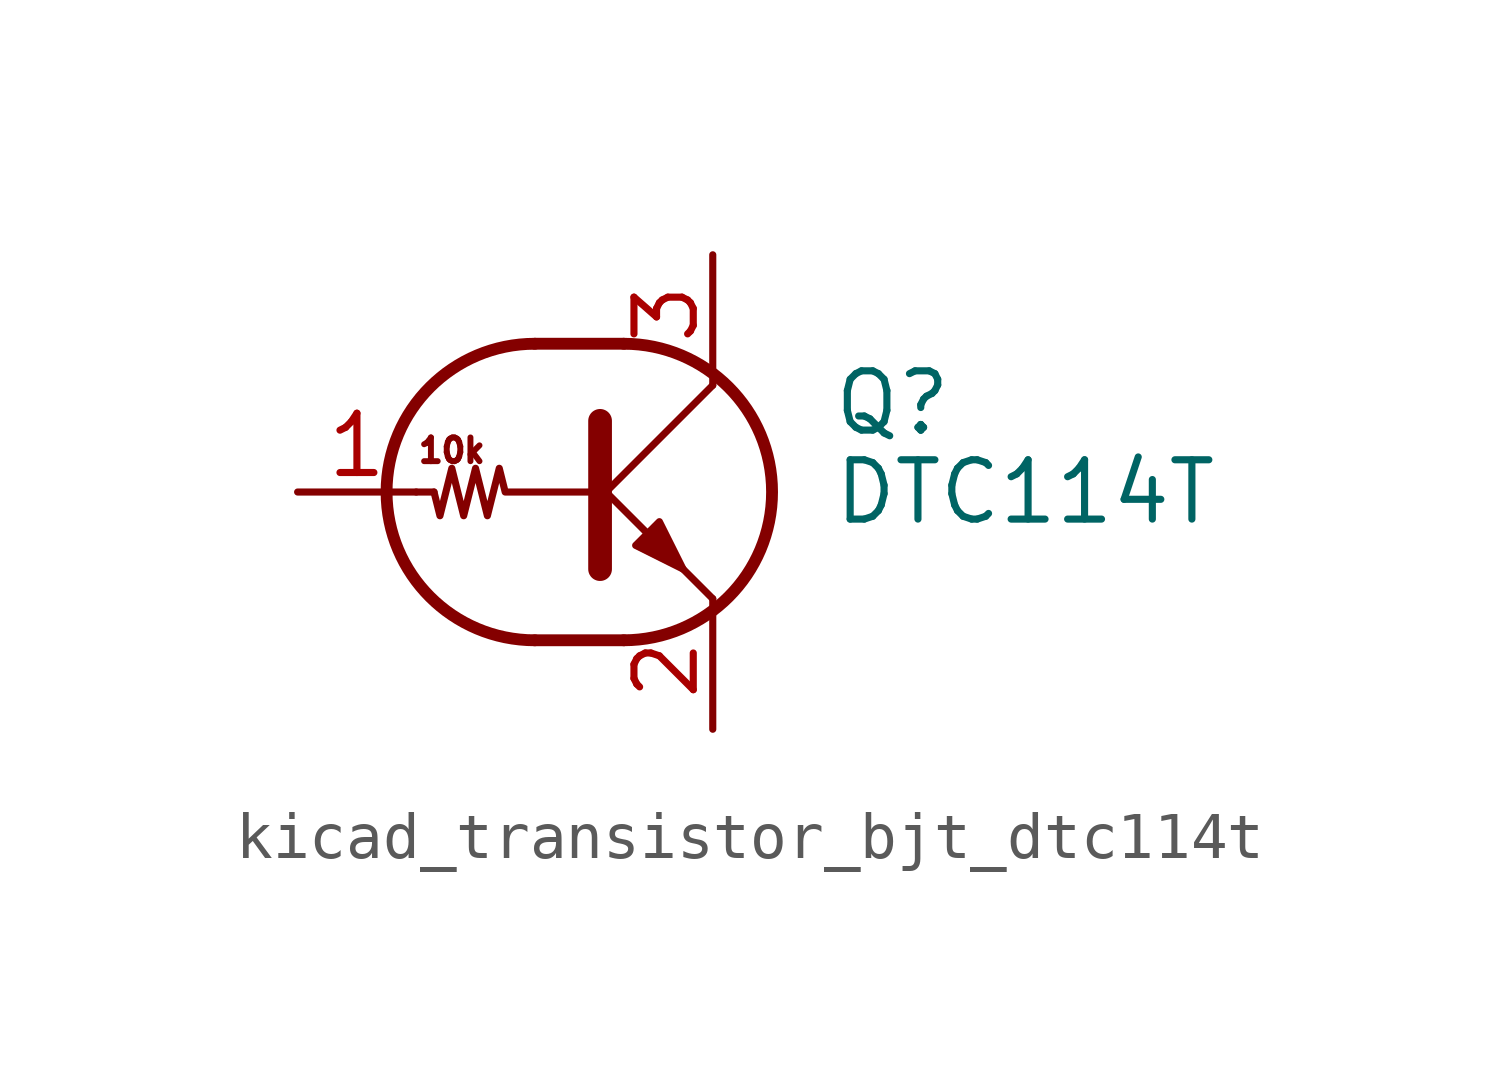
<source format=kicad_sym>
(kicad_symbol_lib
  (version 20220914)
  (generator kicad_symbol_editor)
  (symbol "kicad_transistor_bjt_dtc114t"
    (pin_names
      (offset 0) hide)
    (property "Reference" "Q"
      (at 5.08 1.905 0)
      (effects (font (size 1.27 1.27)) (justify left)))
    (property "Value" "DTC114T"
      (at 5.08 0 0)
      (effects (font (size 1.27 1.27)) (justify left)))
    (symbol "kicad_transistor_bjt_dtc114t_0_0"
      (polyline (pts (xy 2.54 -2.286) (xy 2.54 -2.54)) (stroke (width 0) (type default)) (fill (type none)))
      (text "10k" (at -3.048 0.889 0) (effects (font (size 0.508 0.508)))))
    (symbol "kicad_transistor_bjt_dtc114t_0_1"
      (arc (start -1.27 3.175) (mid -4.4312 0) (end -1.27 -3.175) (stroke (width 0.254) (type default)) (fill (type none)))
      (polyline (pts (xy -3.429 0) (xy -3.81 0)) (stroke (width 0) (type default)) (fill (type none)))
      (polyline (pts (xy -1.27 -3.175) (xy 0.635 -3.175)) (stroke (width 0.254) (type default)) (fill (type none)))
      (polyline (pts (xy -1.27 3.175) (xy 0.635 3.175)) (stroke (width 0.254) (type default)) (fill (type none)))
      (polyline (pts (xy 0 -0.254) (xy 2.54 2.286)) (stroke (width 0) (type default)) (fill (type none)))
      (polyline (pts (xy 0.127 1.524) (xy 0.127 -1.651)) (stroke (width 0.508) (type default)) (fill (type outline)))
      (polyline (pts (xy 2.54 2.286) (xy 2.54 2.54)) (stroke (width 0) (type default)) (fill (type none)))
      (polyline (pts (xy 2.54 -2.286) (xy 0 0.254) (xy 0 0.254)) (stroke (width 0) (type default)) (fill (type none)))
      (polyline (pts (xy 0.889 -1.143) (xy 1.397 -0.635) (xy 1.905 -1.651) (xy 0.889 -1.143)) (stroke (width 0) (type default)) (fill (type outline)))
      (polyline (pts (xy 0 0) (xy -1.905 0) (xy -2.032 0.508) (xy -2.286 -0.508) (xy -2.54 0.508) (xy -2.794 -0.508) (xy -3.048 0.508) (xy -3.302 -0.508) (xy -3.429 0)) (stroke (width 0) (type default)) (fill (type none)))
      (arc (start 0.635 -3.175) (mid 3.7962 0) (end 0.635 3.175) (stroke (width 0.254) (type default)) (fill (type none))))
    (symbol "kicad_transistor_bjt_dtc114t_1_1"
      (pin input line (at -6.35 0 0) (length 2.54) (name "B" (effects (font (size 1.27 1.27)))) (number "1" (effects (font (size 1.27 1.27)))))
      (pin passive line (at 2.54 -5.08 90) (length 2.54) (name "E" (effects (font (size 1.27 1.27)))) (number "2" (effects (font (size 1.27 1.27)))))
      (pin passive line (at 2.54 5.08 270) (length 2.54) (name "C" (effects (font (size 1.27 1.27)))) (number "3" (effects (font (size 1.27 1.27))))))))
</source>
